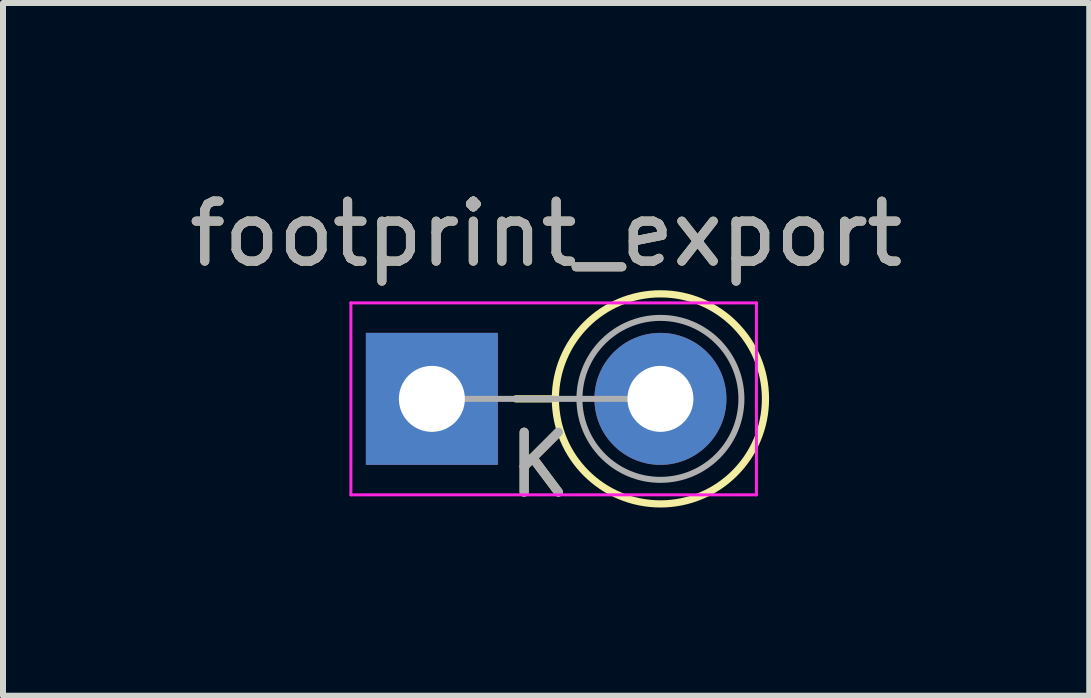
<source format=kicad_pcb>
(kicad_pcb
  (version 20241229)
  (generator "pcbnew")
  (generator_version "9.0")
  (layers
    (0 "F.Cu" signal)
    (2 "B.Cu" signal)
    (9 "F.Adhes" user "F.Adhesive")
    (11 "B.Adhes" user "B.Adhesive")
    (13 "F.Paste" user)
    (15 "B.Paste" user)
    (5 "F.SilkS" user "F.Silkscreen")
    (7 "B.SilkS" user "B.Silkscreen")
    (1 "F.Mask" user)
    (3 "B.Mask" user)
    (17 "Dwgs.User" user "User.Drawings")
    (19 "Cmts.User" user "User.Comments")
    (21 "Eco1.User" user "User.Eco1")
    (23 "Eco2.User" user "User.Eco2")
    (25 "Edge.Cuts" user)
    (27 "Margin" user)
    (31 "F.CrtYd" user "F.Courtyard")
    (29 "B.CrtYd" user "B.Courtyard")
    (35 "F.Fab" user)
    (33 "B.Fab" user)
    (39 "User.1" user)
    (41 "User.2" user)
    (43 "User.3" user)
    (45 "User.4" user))
  (footprint "footprint_export"
    (layer "F.Cu")
    (at 4.149 3.599)
    (property "Reference" "footprint_export" (at 1.905 -2.751 0) (layer "F.SilkS") (effects (font (size 1 1) (thickness 0.15))))
    (attr through_hole)
    (fp_line (start 2.059 0) (end 1.4 0) (stroke (width 0.12) (type solid)) (layer "F.SilkS"))
    (fp_circle (center 3.81 0) (end 5.561 0) (stroke (width 0.12) (type solid)) (fill no) (layer "F.SilkS"))
    (fp_line (start -1.35 -1.6) (end -1.35 1.6) (stroke (width 0.05) (type solid)) (layer "F.CrtYd"))
    (fp_line (start -1.35 1.6) (end 5.41 1.6) (stroke (width 0.05) (type solid)) (layer "F.CrtYd"))
    (fp_line (start 5.41 -1.6) (end -1.35 -1.6) (stroke (width 0.05) (type solid)) (layer "F.CrtYd"))
    (fp_line (start 5.41 1.6) (end 5.41 -1.6) (stroke (width 0.05) (type solid)) (layer "F.CrtYd"))
    (fp_line (start 0 0) (end 3.81 0) (stroke (width 0.1) (type solid)) (layer "F.Fab"))
    (fp_circle (center 3.81 0) (end 5.16 0) (stroke (width 0.1) (type solid)) (fill no) (layer "F.Fab"))
    (fp_text user "K" (at 1.8 1.1 0) (layer "F.SilkS") (effects (font (size 1 1) (thickness 0.15))))
    (fp_text user "${REFERENCE}" (at 1.905 -2.751 0) (layer "F.Fab") (effects (font (size 1 1) (thickness 0.15))))
    (fp_text user "K" (at 1.8 1.1 0) (layer "F.Fab") (effects (font (size 1 1) (thickness 0.15))))
    (pad "1" thru_hole rect (at 0 0) (size 2.2 2.2) (drill 1.1) (layers "*.Cu" "*.Mask"))
    (pad "2" thru_hole oval (at 3.81 0) (size 2.2 2.2) (drill 1.1) (layers "*.Cu" "*.Mask")))
  (gr_rect
    (start -3 -3)
    (end 15.107 8.547)
    (stroke (width 0.1) (type default))
    (fill no)
    (layer "Edge.Cuts")))
</source>
